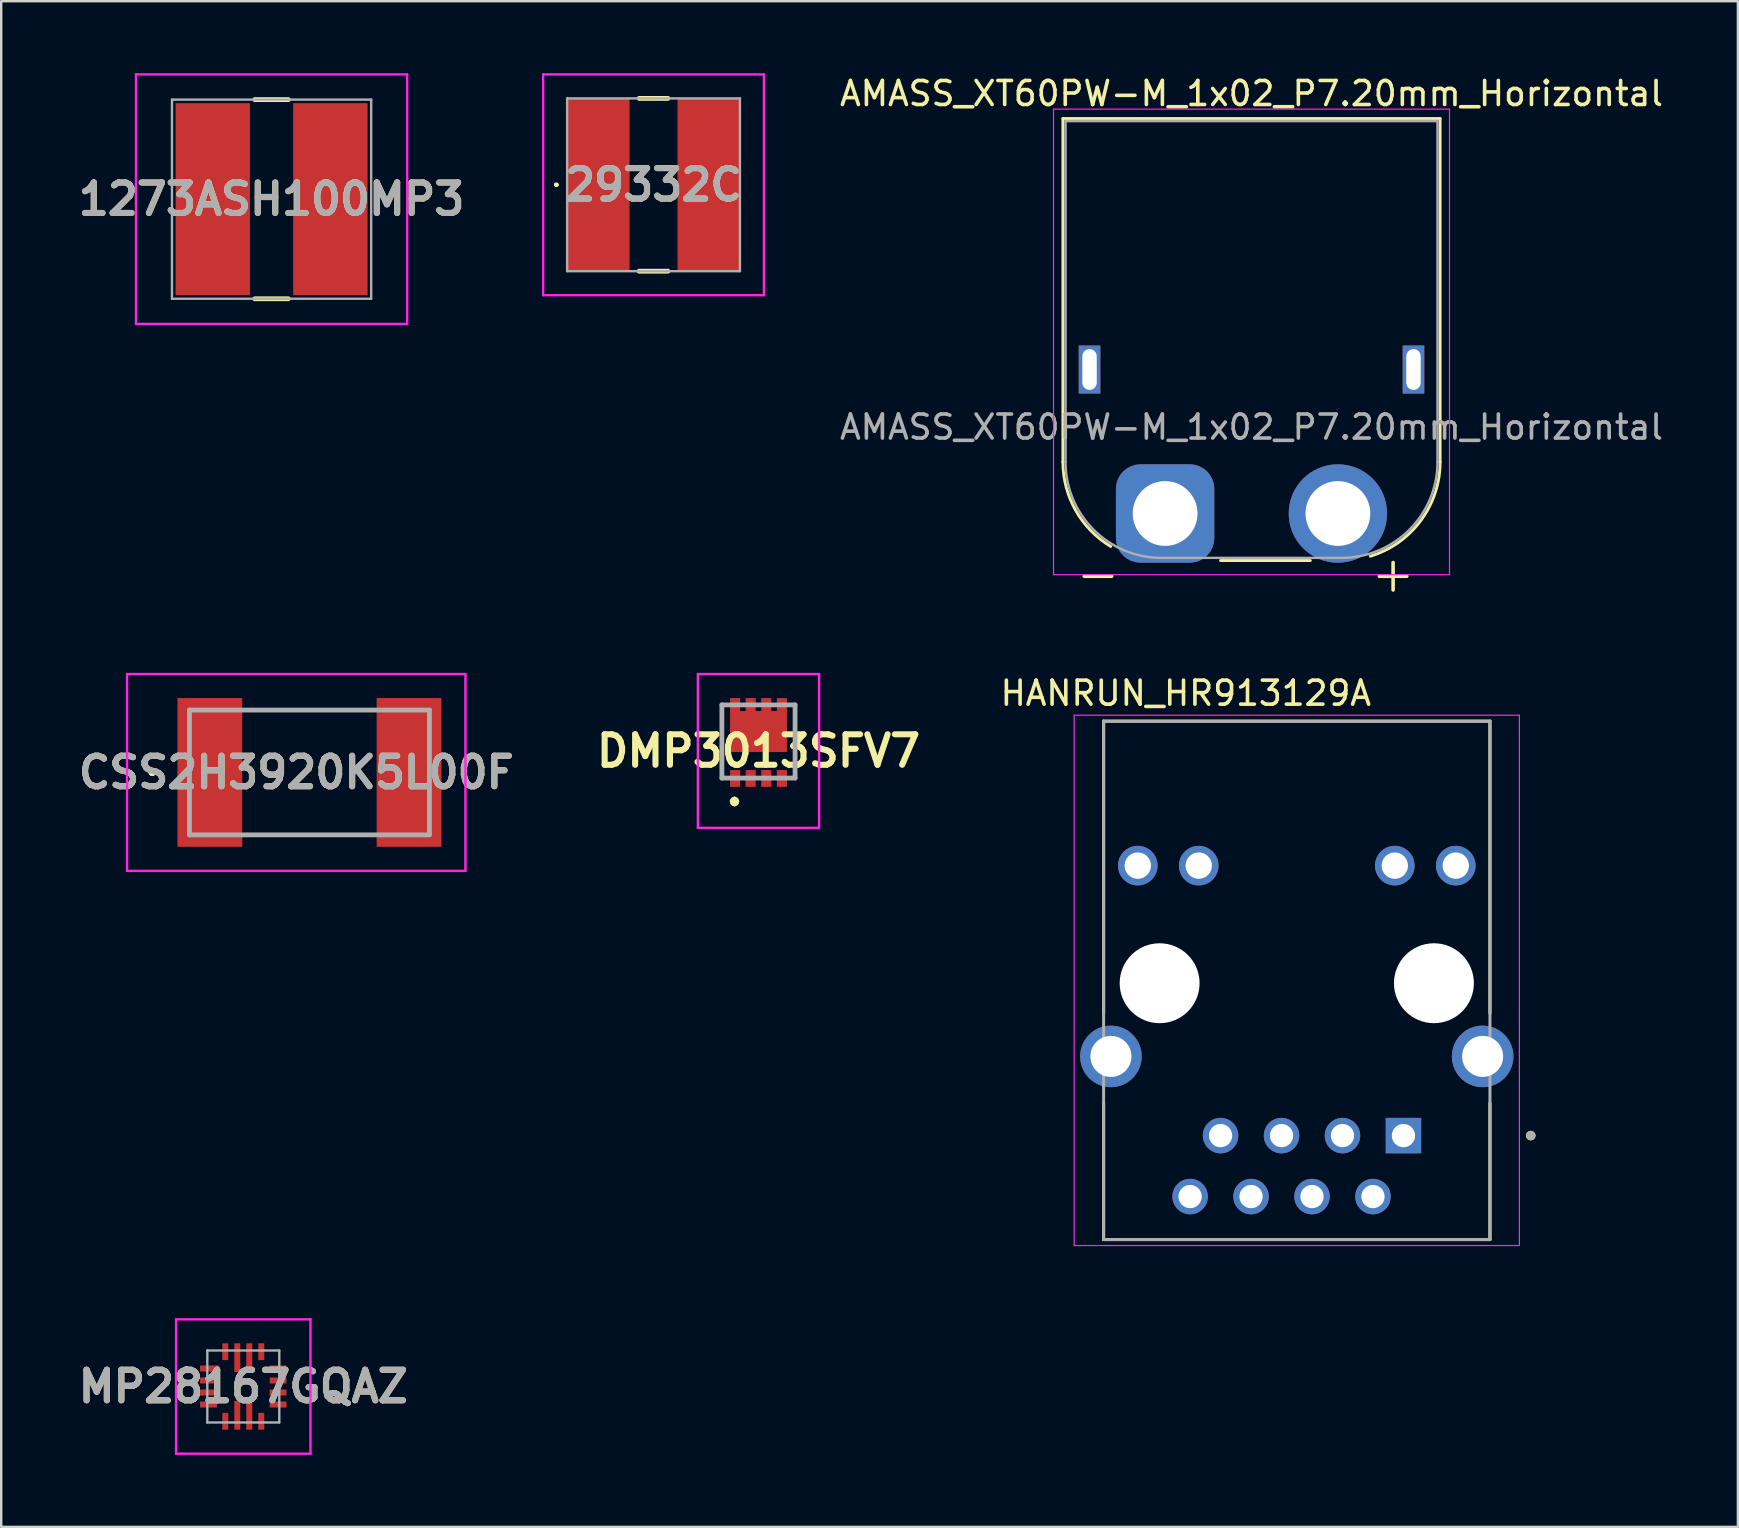
<source format=kicad_pcb>
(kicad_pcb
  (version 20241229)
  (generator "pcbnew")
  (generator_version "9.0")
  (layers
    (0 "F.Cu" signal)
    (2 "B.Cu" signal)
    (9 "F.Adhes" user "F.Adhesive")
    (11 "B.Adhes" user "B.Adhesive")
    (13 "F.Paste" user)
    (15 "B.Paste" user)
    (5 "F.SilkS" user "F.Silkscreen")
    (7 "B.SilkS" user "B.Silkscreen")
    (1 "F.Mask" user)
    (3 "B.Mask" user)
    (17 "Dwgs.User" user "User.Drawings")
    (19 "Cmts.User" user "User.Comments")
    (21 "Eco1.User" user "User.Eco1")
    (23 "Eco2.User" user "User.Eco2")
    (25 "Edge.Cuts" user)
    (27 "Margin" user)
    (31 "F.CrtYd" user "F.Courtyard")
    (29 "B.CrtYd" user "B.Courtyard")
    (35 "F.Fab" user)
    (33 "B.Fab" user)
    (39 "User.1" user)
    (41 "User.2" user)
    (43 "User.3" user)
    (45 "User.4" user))
  (footprint "HANRUN_HR913129A"
    (layer "F.Cu")
    (at 50.988 37.922)
    (property "Reference" "HANRUN_HR913129A" (at -4.625 -12.085 0) (layer "F.SilkS") (effects (font (size 1 1) (thickness 0.15))))
    (attr through_hole)
    (fp_line (start -8.05 1.25) (end -8.05 -10.92) (stroke (width 0.127) (type solid)) (layer "F.SilkS"))
    (fp_line (start -8.05 10.68) (end -8.05 5) (stroke (width 0.127) (type solid)) (layer "F.SilkS"))
    (fp_line (start -8.05 10.68) (end 8.05 10.68) (stroke (width 0.127) (type solid)) (layer "F.SilkS"))
    (fp_line (start 8.05 -10.92) (end -8.05 -10.92) (stroke (width 0.127) (type solid)) (layer "F.SilkS"))
    (fp_line (start 8.05 1.25) (end 8.05 -10.92) (stroke (width 0.127) (type solid)) (layer "F.SilkS"))
    (fp_line (start 8.05 10.68) (end 8.05 5) (stroke (width 0.127) (type solid)) (layer "F.SilkS"))
    (fp_circle (center 9.75 6.35) (end 9.85 6.35) (stroke (width 0.2) (type solid)) (fill no) (layer "F.SilkS"))
    (fp_line (start -9.277 -11.17) (end 9.277 -11.17) (stroke (width 0.05) (type solid)) (layer "F.CrtYd"))
    (fp_line (start -9.277 10.93) (end -9.277 -11.17) (stroke (width 0.05) (type solid)) (layer "F.CrtYd"))
    (fp_line (start 9.277 -11.17) (end 9.277 10.93) (stroke (width 0.05) (type solid)) (layer "F.CrtYd"))
    (fp_line (start 9.277 10.93) (end -9.277 10.93) (stroke (width 0.05) (type solid)) (layer "F.CrtYd"))
    (fp_line (start -8.05 -10.92) (end -8.05 10.68) (stroke (width 0.127) (type solid)) (layer "F.Fab"))
    (fp_line (start -8.05 10.68) (end 8.05 10.68) (stroke (width 0.127) (type solid)) (layer "F.Fab"))
    (fp_line (start 8.05 -10.92) (end -8.05 -10.92) (stroke (width 0.127) (type solid)) (layer "F.Fab"))
    (fp_line (start 8.05 10.68) (end 8.05 -10.92) (stroke (width 0.127) (type solid)) (layer "F.Fab"))
    (fp_circle (center 9.75 6.35) (end 9.85 6.35) (stroke (width 0.2) (type solid)) (fill no) (layer "F.Fab"))
    (pad "" np_thru_hole circle (at -5.715 0) (size 3.33 3.33) (drill 3.33) (layers "*.Cu" "*.Mask"))
    (pad "" np_thru_hole circle (at 5.715 0) (size 3.33 3.33) (drill 3.33) (layers "*.Cu" "*.Mask"))
    (pad "1" thru_hole rect (at 4.445 6.35) (size 1.478 1.478) (drill 0.97) (layers "*.Cu" "*.Mask"))
    (pad "2" thru_hole circle (at 3.175 8.89) (size 1.478 1.478) (drill 0.97) (layers "*.Cu" "*.Mask"))
    (pad "3" thru_hole circle (at 1.905 6.35) (size 1.478 1.478) (drill 0.97) (layers "*.Cu" "*.Mask"))
    (pad "4" thru_hole circle (at 0.635 8.89) (size 1.478 1.478) (drill 0.97) (layers "*.Cu" "*.Mask"))
    (pad "5" thru_hole circle (at -0.635 6.35) (size 1.478 1.478) (drill 0.97) (layers "*.Cu" "*.Mask"))
    (pad "6" thru_hole circle (at -1.905 8.89) (size 1.478 1.478) (drill 0.97) (layers "*.Cu" "*.Mask"))
    (pad "7" thru_hole circle (at -3.175 6.35) (size 1.478 1.478) (drill 0.97) (layers "*.Cu" "*.Mask"))
    (pad "8" thru_hole circle (at -4.445 8.89) (size 1.478 1.478) (drill 0.97) (layers "*.Cu" "*.Mask"))
    (pad "9" thru_hole circle (at 6.625 -4.9) (size 1.65 1.65) (drill 1.1) (layers "*.Cu" "*.Mask"))
    (pad "10" thru_hole circle (at 4.085 -4.9) (size 1.65 1.65) (drill 1.1) (layers "*.Cu" "*.Mask"))
    (pad "11" thru_hole circle (at -4.085 -4.9) (size 1.65 1.65) (drill 1.1) (layers "*.Cu" "*.Mask"))
    (pad "12" thru_hole circle (at -6.625 -4.9) (size 1.65 1.65) (drill 1.1) (layers "*.Cu" "*.Mask"))
    (pad "S1" thru_hole circle (at -7.745 3.05) (size 2.565 2.565) (drill 1.71) (layers "*.Cu" "*.Mask"))
    (pad "S2" thru_hole circle (at 7.745 3.05) (size 2.565 2.565) (drill 1.71) (layers "*.Cu" "*.Mask")))
  (footprint "MP28167GQAZ"
    (layer "F.Cu")
    (at 7.088 54.727)
    (property "Reference" "MP28167GQAZ" (at 0 0 0) (layer "F.SilkS") (effects (font (size 1.27 1.27) (thickness 0.254))))
    (attr smd)
    (fp_line (start -2.4 -0.75) (end -2.4 -0.75) (stroke (width 0.1) (type solid)) (layer "F.SilkS"))
    (fp_line (start -2.3 -0.75) (end -2.3 -0.75) (stroke (width 0.1) (type solid)) (layer "F.SilkS"))
    (fp_arc (start -2.4 -0.75) (mid -2.35 -0.8) (end -2.3 -0.75) (stroke (width 0.1) (type solid)) (layer "F.SilkS"))
    (fp_arc (start -2.3 -0.75) (mid -2.35 -0.7) (end -2.4 -0.75) (stroke (width 0.1) (type solid)) (layer "F.SilkS"))
    (fp_line (start -2.8 -2.8) (end 2.8 -2.8) (stroke (width 0.1) (type solid)) (layer "F.CrtYd"))
    (fp_line (start -2.8 2.8) (end -2.8 -2.8) (stroke (width 0.1) (type solid)) (layer "F.CrtYd"))
    (fp_line (start 2.8 -2.8) (end 2.8 2.8) (stroke (width 0.1) (type solid)) (layer "F.CrtYd"))
    (fp_line (start 2.8 2.8) (end -2.8 2.8) (stroke (width 0.1) (type solid)) (layer "F.CrtYd"))
    (fp_line (start -1.5 -1.5) (end 1.5 -1.5) (stroke (width 0.1) (type solid)) (layer "F.Fab"))
    (fp_line (start -1.5 1.5) (end -1.5 -1.5) (stroke (width 0.1) (type solid)) (layer "F.Fab"))
    (fp_line (start 1.5 -1.5) (end 1.5 1.5) (stroke (width 0.1) (type solid)) (layer "F.Fab"))
    (fp_line (start 1.5 1.5) (end -1.5 1.5) (stroke (width 0.1) (type solid)) (layer "F.Fab"))
    (fp_text user "${REFERENCE}" (at 0 0 0) (layer "F.Fab") (effects (font (size 1.27 1.27) (thickness 0.254))))
    (pad "1" smd rect (at -1.4 -0.75 90) (size 0.25 0.8) (layers "F.Cu" "F.Mask" "F.Paste"))
    (pad "2" smd rect (at -1.45 -0.25 90) (size 0.25 0.7) (layers "F.Cu" "F.Mask" "F.Paste"))
    (pad "3" smd rect (at -1.45 0.25 90) (size 0.25 0.7) (layers "F.Cu" "F.Mask" "F.Paste"))
    (pad "4" smd rect (at -1.45 0.75 90) (size 0.25 0.7) (layers "F.Cu" "F.Mask" "F.Paste"))
    (pad "5" smd rect (at -0.75 1.45) (size 0.25 0.7) (layers "F.Cu" "F.Mask" "F.Paste"))
    (pad "6" smd rect (at -0.25 1.2) (size 0.25 1.2) (layers "F.Cu" "F.Mask" "F.Paste"))
    (pad "7" smd rect (at 0.25 1.2) (size 0.25 1.2) (layers "F.Cu" "F.Mask" "F.Paste"))
    (pad "8" smd rect (at 0.75 1.45) (size 0.25 0.7) (layers "F.Cu" "F.Mask" "F.Paste"))
    (pad "9" smd rect (at 1.45 0.75 90) (size 0.25 0.7) (layers "F.Cu" "F.Mask" "F.Paste"))
    (pad "10" smd rect (at 1.45 0.25 90) (size 0.25 0.7) (layers "F.Cu" "F.Mask" "F.Paste"))
    (pad "11" smd rect (at 1.45 -0.25 90) (size 0.25 0.7) (layers "F.Cu" "F.Mask" "F.Paste"))
    (pad "12" smd rect (at 1.45 -0.75 90) (size 0.25 0.7) (layers "F.Cu" "F.Mask" "F.Paste"))
    (pad "13" smd rect (at 0.75 -1.45) (size 0.25 0.7) (layers "F.Cu" "F.Mask" "F.Paste"))
    (pad "14" smd rect (at 0.25 -1.2) (size 0.25 1.2) (layers "F.Cu" "F.Mask" "F.Paste"))
    (pad "15" smd rect (at -0.25 -1.2) (size 0.25 1.2) (layers "F.Cu" "F.Mask" "F.Paste"))
    (pad "16" smd rect (at -0.75 -1.45) (size 0.25 0.7) (layers "F.Cu" "F.Mask" "F.Paste")))
  (footprint "DMP3013SFV7"
    (layer "F.Cu")
    (at 28.557 29.389)
    (property "Reference" "DMP3013SFV7" (at 0 -1.145 0) (layer "F.SilkS") (effects (font (size 1.27 1.27) (thickness 0.254))))
    (attr smd)
    (fp_line (start -1.525 -3.08) (end -1.525 -0.015) (stroke (width 0.1) (type solid)) (layer "F.SilkS"))
    (fp_line (start -1 0.86) (end -1 0.86) (stroke (width 0.2) (type solid)) (layer "F.SilkS"))
    (fp_line (start -1 1.06) (end -1 1.06) (stroke (width 0.2) (type solid)) (layer "F.SilkS"))
    (fp_line (start 1.525 -3.065) (end 1.525 -0.015) (stroke (width 0.1) (type solid)) (layer "F.SilkS"))
    (fp_arc (start -1 0.86) (mid -0.9 0.96) (end -1 1.06) (stroke (width 0.2) (type solid)) (layer "F.SilkS"))
    (fp_arc (start -1 1.06) (mid -1.1 0.96) (end -1 0.86) (stroke (width 0.2) (type solid)) (layer "F.SilkS"))
    (fp_line (start -2.525 -4.35) (end 2.525 -4.35) (stroke (width 0.1) (type solid)) (layer "F.CrtYd"))
    (fp_line (start -2.525 2.06) (end -2.525 -4.35) (stroke (width 0.1) (type solid)) (layer "F.CrtYd"))
    (fp_line (start 2.525 -4.35) (end 2.525 2.06) (stroke (width 0.1) (type solid)) (layer "F.CrtYd"))
    (fp_line (start 2.525 2.06) (end -2.525 2.06) (stroke (width 0.1) (type solid)) (layer "F.CrtYd"))
    (fp_line (start -1.525 -3.065) (end 1.525 -3.065) (stroke (width 0.2) (type solid)) (layer "F.Fab"))
    (fp_line (start -1.525 -0.015) (end -1.525 -3.065) (stroke (width 0.2) (type solid)) (layer "F.Fab"))
    (fp_line (start 1.525 -3.065) (end 1.525 -0.015) (stroke (width 0.2) (type solid)) (layer "F.Fab"))
    (fp_line (start 1.525 -0.015) (end -1.525 -0.015) (stroke (width 0.2) (type solid)) (layer "F.Fab"))
    (pad "1" smd rect (at -0.975 0) (size 0.42 0.7) (layers "F.Cu" "F.Mask" "F.Paste"))
    (pad "2" smd rect (at -0.325 0) (size 0.42 0.7) (layers "F.Cu" "F.Mask" "F.Paste"))
    (pad "3" smd rect (at 0.325 0) (size 0.42 0.7) (layers "F.Cu" "F.Mask" "F.Paste"))
    (pad "4" smd rect (at 0.975 0) (size 0.42 0.7) (layers "F.Cu" "F.Mask" "F.Paste"))
    (pad "5" smd rect (at 0.975 -3.08) (size 0.42 0.54) (layers "F.Cu" "F.Mask" "F.Paste"))
    (pad "6" smd rect (at 0.325 -3.08) (size 0.42 0.54) (layers "F.Cu" "F.Mask" "F.Paste"))
    (pad "7" smd rect (at -0.325 -3.08) (size 0.42 0.54) (layers "F.Cu" "F.Mask" "F.Paste"))
    (pad "8" smd rect (at -0.975 -3.08) (size 0.42 0.54) (layers "F.Cu" "F.Mask" "F.Paste"))
    (pad "9" smd rect (at 0 -1.955 90) (size 1.71 2.37) (layers "F.Cu" "F.Mask" "F.Paste")))
  (footprint "AMASS_XT60PW-M_1x02_P7.20mm_Horizontal"
    (layer "F.Cu")
    (at 45.502 18.348)
    (property "Reference" "AMASS_XT60PW-M_1x02_P7.20mm_Horizontal" (at 3.6 -17.5 0) (layer "F.SilkS") (effects (font (size 1 1) (thickness 0.15))))
    (attr through_hole)
    (fp_line (start -4.26 -16.46) (end -4.26 -2.15) (stroke (width 0.12) (type solid)) (layer "F.SilkS"))
    (fp_line (start -4.26 -16.46) (end 11.46 -16.46) (stroke (width 0.12) (type solid)) (layer "F.SilkS"))
    (fp_line (start 2.31 1.96) (end 6.05 1.96) (stroke (width 0.12) (type solid)) (layer "F.SilkS"))
    (fp_line (start 11.46 -16.46) (end 11.46 -2.15) (stroke (width 0.12) (type solid)) (layer "F.SilkS"))
    (fp_arc (start -2.266806 1.372958) (mid -3.727162 -0.126139) (end -4.26 -2.15) (stroke (width 0.12) (type solid)) (layer "F.SilkS"))
    (fp_arc (start 11.46 -2.15) (mid 10.653852 0.294722) (end 8.551648 1.780413) (stroke (width 0.12) (type solid)) (layer "F.SilkS"))
    (fp_line (start -4.65 -16.85) (end -4.65 2.55) (stroke (width 0.05) (type solid)) (layer "F.CrtYd"))
    (fp_line (start -4.65 -16.85) (end 11.85 -16.85) (stroke (width 0.05) (type solid)) (layer "F.CrtYd"))
    (fp_line (start 11.85 -16.85) (end 11.85 2.55) (stroke (width 0.05) (type solid)) (layer "F.CrtYd"))
    (fp_line (start 11.85 2.55) (end -4.65 2.55) (stroke (width 0.05) (type solid)) (layer "F.CrtYd"))
    (fp_line (start -4.15 -16.35) (end -4.15 -2.15) (stroke (width 0.1) (type solid)) (layer "F.Fab"))
    (fp_line (start -4.15 -16.35) (end 11.35 -16.35) (stroke (width 0.1) (type solid)) (layer "F.Fab"))
    (fp_line (start -0.15 1.85) (end 7.35 1.85) (stroke (width 0.1) (type solid)) (layer "F.Fab"))
    (fp_line (start 11.35 -16.35) (end 11.35 -2.15) (stroke (width 0.1) (type solid)) (layer "F.Fab"))
    (fp_arc (start -0.15 1.85) (mid -2.978427 0.678427) (end -4.15 -2.15) (stroke (width 0.1) (type solid)) (layer "F.Fab"))
    (fp_arc (start 11.35 -2.15) (mid 10.178427 0.678427) (end 7.35 1.85) (stroke (width 0.1) (type solid)) (layer "F.Fab"))
    (fp_text user "+" (at 9.5 2.5 0) (layer "F.SilkS") (effects (font (size 1.5 1.5) (thickness 0.15))))
    (fp_text user "-" (at -2.8 2.5 0) (layer "F.SilkS") (effects (font (size 1.5 1.5) (thickness 0.15))))
    (fp_text user "${REFERENCE}" (at 3.6 -3.6 0) (layer "F.Fab") (effects (font (size 1 1) (thickness 0.15))))
    (pad "" thru_hole rect (at -3.15 -6) (size 0.9 2) (drill oval 0.6 1.7) (layers "*.Cu" "*.Mask"))
    (pad "" thru_hole rect (at 10.35 -6) (size 0.9 2) (drill oval 0.6 1.7) (layers "*.Cu" "*.Mask"))
    (pad "1" thru_hole roundrect (at 0 0) (size 4.1 4.1) (drill 2.7) (layers "*.Cu" "*.Mask") (roundrect_rratio 0.25))
    (pad "2" thru_hole circle (at 7.2 0) (size 4.1 4.1) (drill 2.7) (layers "*.Cu" "*.Mask")))
  (footprint "1273ASH100MP3"
    (layer "F.Cu")
    (at 8.267 5.25)
    (property "Reference" "1273ASH100MP3" (at 0 0 0) (layer "F.SilkS") (effects (font (size 1.27 1.27) (thickness 0.254))))
    (attr smd)
    (fp_line (start -0.7 -4.15) (end 0.7 -4.15) (stroke (width 0.2) (type solid)) (layer "F.SilkS"))
    (fp_line (start -0.7 4.15) (end 0.7 4.15) (stroke (width 0.2) (type solid)) (layer "F.SilkS"))
    (fp_line (start -5.65 -5.2) (end 5.65 -5.2) (stroke (width 0.1) (type solid)) (layer "F.CrtYd"))
    (fp_line (start -5.65 5.2) (end -5.65 -5.2) (stroke (width 0.1) (type solid)) (layer "F.CrtYd"))
    (fp_line (start 5.65 -5.2) (end 5.65 5.2) (stroke (width 0.1) (type solid)) (layer "F.CrtYd"))
    (fp_line (start 5.65 5.2) (end -5.65 5.2) (stroke (width 0.1) (type solid)) (layer "F.CrtYd"))
    (fp_line (start -4.15 -4.15) (end 4.15 -4.15) (stroke (width 0.1) (type solid)) (layer "F.Fab"))
    (fp_line (start -4.15 4.15) (end -4.15 -4.15) (stroke (width 0.1) (type solid)) (layer "F.Fab"))
    (fp_line (start 4.15 -4.15) (end 4.15 4.15) (stroke (width 0.1) (type solid)) (layer "F.Fab"))
    (fp_line (start 4.15 4.15) (end -4.15 4.15) (stroke (width 0.1) (type solid)) (layer "F.Fab"))
    (fp_text user "${REFERENCE}" (at 0 0 0) (layer "F.Fab") (effects (font (size 1.27 1.27) (thickness 0.254))))
    (pad "1" smd rect (at -2.45 0) (size 3.1 8) (layers "F.Cu" "F.Mask" "F.Paste"))
    (pad "2" smd rect (at 2.45 0) (size 3.1 8) (layers "F.Cu" "F.Mask" "F.Paste")))
  (footprint "CSS2H3920K5L00F"
    (layer "F.Cu")
    (at 9.845 29.139)
    (property "Reference" "CSS2H3920K5L00F" (at -0.55 0 0) (layer "F.SilkS") (effects (font (size 1.27 1.27) (thickness 0.254))))
    (attr smd)
    (fp_line (start -6.6 0) (end -6.6 0) (stroke (width 0.2) (type solid)) (layer "F.SilkS"))
    (fp_line (start -6.6 0) (end -6.6 0) (stroke (width 0.2) (type solid)) (layer "F.SilkS"))
    (fp_line (start -6.5 0) (end -6.5 0) (stroke (width 0.2) (type solid)) (layer "F.SilkS"))
    (fp_line (start -2.25 -2.6) (end -2.25 -2.6) (stroke (width 0.1) (type solid)) (layer "F.SilkS"))
    (fp_line (start -2.25 -2.6) (end 2.25 -2.6) (stroke (width 0.1) (type solid)) (layer "F.SilkS"))
    (fp_line (start -2.25 2.6) (end -2.25 2.6) (stroke (width 0.1) (type solid)) (layer "F.SilkS"))
    (fp_line (start -2.25 2.6) (end 2.25 2.6) (stroke (width 0.1) (type solid)) (layer "F.SilkS"))
    (fp_line (start 2.25 -2.6) (end -2.25 -2.6) (stroke (width 0.1) (type solid)) (layer "F.SilkS"))
    (fp_line (start 2.25 -2.6) (end 2.25 -2.6) (stroke (width 0.1) (type solid)) (layer "F.SilkS"))
    (fp_line (start 2.25 2.6) (end -2.25 2.6) (stroke (width 0.1) (type solid)) (layer "F.SilkS"))
    (fp_line (start 2.25 2.6) (end 2.25 2.6) (stroke (width 0.1) (type solid)) (layer "F.SilkS"))
    (fp_arc (start -6.6 0) (mid -6.55 -0.05) (end -6.5 0) (stroke (width 0.2) (type solid)) (layer "F.SilkS"))
    (fp_arc (start -6.5 0) (mid -6.55 0.05) (end -6.6 0) (stroke (width 0.2) (type solid)) (layer "F.SilkS"))
    (fp_arc (start -6.5 0) (mid -6.55 0.05) (end -6.6 0) (stroke (width 0.2) (type solid)) (layer "F.SilkS"))
    (fp_line (start -7.6 -4.1) (end 6.5 -4.1) (stroke (width 0.1) (type solid)) (layer "F.CrtYd"))
    (fp_line (start -7.6 4.1) (end -7.6 -4.1) (stroke (width 0.1) (type solid)) (layer "F.CrtYd"))
    (fp_line (start 6.5 -4.1) (end 6.5 4.1) (stroke (width 0.1) (type solid)) (layer "F.CrtYd"))
    (fp_line (start 6.5 4.1) (end -7.6 4.1) (stroke (width 0.1) (type solid)) (layer "F.CrtYd"))
    (fp_line (start -5 -2.6) (end -5 2.6) (stroke (width 0.2) (type solid)) (layer "F.Fab"))
    (fp_line (start -5 2.6) (end 5 2.6) (stroke (width 0.2) (type solid)) (layer "F.Fab"))
    (fp_line (start 5 -2.6) (end -5 -2.6) (stroke (width 0.2) (type solid)) (layer "F.Fab"))
    (fp_line (start 5 2.6) (end 5 -2.6) (stroke (width 0.2) (type solid)) (layer "F.Fab"))
    (fp_text user "${REFERENCE}" (at -0.55 0 0) (layer "F.Fab") (effects (font (size 1.27 1.27) (thickness 0.254))))
    (pad "1" smd rect (at -4.15 0) (size 2.7 6.2) (layers "F.Cu" "F.Mask" "F.Paste"))
    (pad "2" smd rect (at 4.15 0) (size 2.7 6.2) (layers "F.Cu" "F.Mask" "F.Paste")))
  (footprint "29332C"
    (layer "F.Cu")
    (at 24.184 4.65)
    (property "Reference" "29332C" (at 0 0 0) (layer "F.SilkS") (effects (font (size 1.27 1.27) (thickness 0.254))))
    (attr smd)
    (fp_line (start -4.1 0) (end -4.1 0) (stroke (width 0.1) (type solid)) (layer "F.SilkS"))
    (fp_line (start -4 0) (end -4 0) (stroke (width 0.1) (type solid)) (layer "F.SilkS"))
    (fp_line (start -0.6 -3.6) (end 0.6 -3.6) (stroke (width 0.2) (type solid)) (layer "F.SilkS"))
    (fp_line (start -0.6 3.6) (end 0.6 3.6) (stroke (width 0.2) (type solid)) (layer "F.SilkS"))
    (fp_arc (start -4.1 0) (mid -4.05 -0.05) (end -4 0) (stroke (width 0.1) (type solid)) (layer "F.SilkS"))
    (fp_arc (start -4 0) (mid -4.05 0.05) (end -4.1 0) (stroke (width 0.1) (type solid)) (layer "F.SilkS"))
    (fp_line (start -4.6 -4.6) (end 4.6 -4.6) (stroke (width 0.1) (type solid)) (layer "F.CrtYd"))
    (fp_line (start -4.6 4.6) (end -4.6 -4.6) (stroke (width 0.1) (type solid)) (layer "F.CrtYd"))
    (fp_line (start 4.6 -4.6) (end 4.6 4.6) (stroke (width 0.1) (type solid)) (layer "F.CrtYd"))
    (fp_line (start 4.6 4.6) (end -4.6 4.6) (stroke (width 0.1) (type solid)) (layer "F.CrtYd"))
    (fp_line (start -3.6 -3.6) (end 3.6 -3.6) (stroke (width 0.1) (type solid)) (layer "F.Fab"))
    (fp_line (start -3.6 3.6) (end -3.6 -3.6) (stroke (width 0.1) (type solid)) (layer "F.Fab"))
    (fp_line (start 3.6 -3.6) (end 3.6 3.6) (stroke (width 0.1) (type solid)) (layer "F.Fab"))
    (fp_line (start 3.6 3.6) (end -3.6 3.6) (stroke (width 0.1) (type solid)) (layer "F.Fab"))
    (fp_text user "${REFERENCE}" (at 0 0 0) (layer "F.Fab") (effects (font (size 1.27 1.27) (thickness 0.254))))
    (pad "1" smd rect (at -2.3 0) (size 2.6 7.2) (layers "F.Cu" "F.Mask" "F.Paste"))
    (pad "2" smd rect (at 2.3 0) (size 2.6 7.2) (layers "F.Cu" "F.Mask" "F.Paste")))
  (gr_rect
    (start -3 -3)
    (end 69.37 60.577)
    (stroke (width 0.1) (type default))
    (fill no)
    (layer "Edge.Cuts")))
</source>
